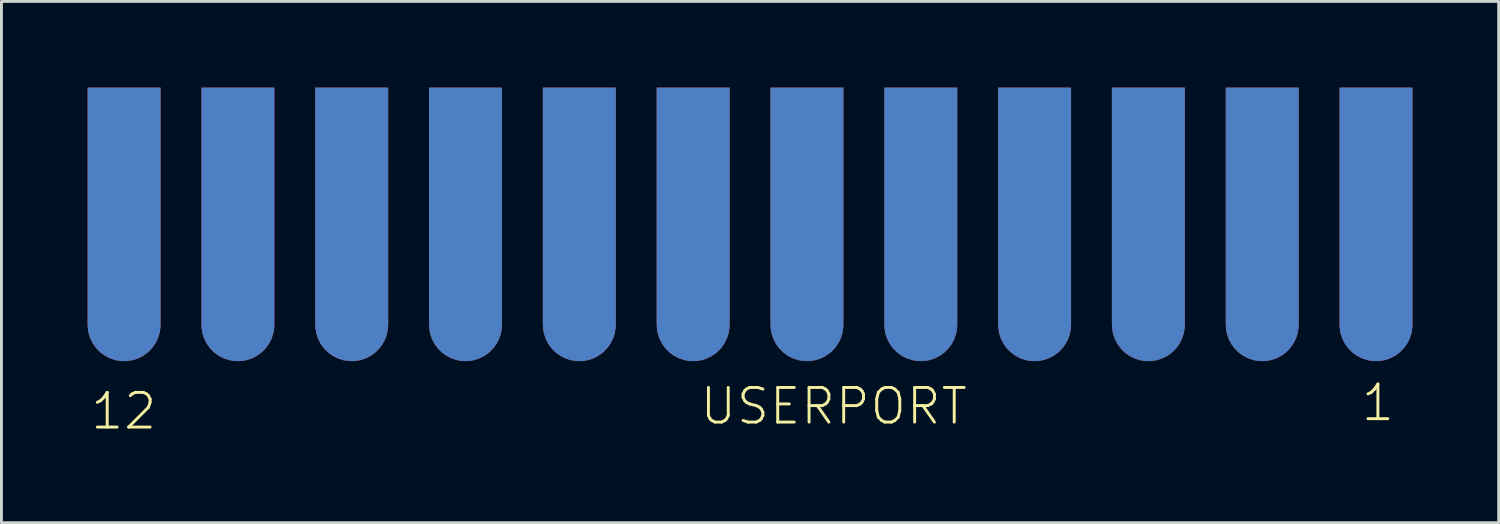
<source format=kicad_pcb>
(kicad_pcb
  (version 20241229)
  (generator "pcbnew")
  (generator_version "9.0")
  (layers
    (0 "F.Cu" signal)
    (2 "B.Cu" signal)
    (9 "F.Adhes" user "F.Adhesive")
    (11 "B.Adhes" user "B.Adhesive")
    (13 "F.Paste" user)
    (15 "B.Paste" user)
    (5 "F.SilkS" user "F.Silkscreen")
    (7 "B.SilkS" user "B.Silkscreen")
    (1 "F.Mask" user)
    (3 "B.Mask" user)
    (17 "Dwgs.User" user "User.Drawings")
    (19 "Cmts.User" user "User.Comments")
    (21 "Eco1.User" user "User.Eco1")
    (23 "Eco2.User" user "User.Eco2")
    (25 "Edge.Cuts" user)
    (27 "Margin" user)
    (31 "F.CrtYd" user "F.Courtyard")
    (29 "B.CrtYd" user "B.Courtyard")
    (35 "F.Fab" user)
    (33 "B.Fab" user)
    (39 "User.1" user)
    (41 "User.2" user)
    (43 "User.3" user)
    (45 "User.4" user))
  (footprint "USERPORT"
    (layer "F.Cu")
    (at 23.063 8.255)
    (property "Reference" "USERPORT" (at -1.803 3.543 0) (layer "F.SilkS") (effects (font (size 1.206 1.206) (thickness 0.102)) (justify left bottom)))
    (attr through_hole)
    (fp_text user "1" (at 21.858 2.718 0) (layer "F.SilkS") (effects (font (size 1.206 1.206) (thickness 0.102))))
    (fp_text user "12" (at -21.806 3.01 0) (layer "F.SilkS") (effects (font (size 1.206 1.206) (thickness 0.102))))
    (pad "1" connect custom (at 21.793 0) (size 2.54 2.54) (layers "F.Cu" "F.Mask") (options (anchor circle)) (primitives (gr_poly (pts (xy -1.27 0) (xy 1.27 0) (xy 1.27 -8.255) (xy -1.27 -8.255)) (width 0) (fill yes))))
    (pad "2" connect custom (at 17.831 0) (size 2.54 2.54) (layers "F.Cu" "F.Mask") (options (anchor circle)) (primitives (gr_poly (pts (xy -1.27 0) (xy 1.27 0) (xy 1.27 -8.255) (xy -1.27 -8.255)) (width 0) (fill yes))))
    (pad "3" connect custom (at 13.868 0) (size 2.54 2.54) (layers "F.Cu" "F.Mask") (options (anchor circle)) (primitives (gr_poly (pts (xy -1.27 0) (xy 1.27 0) (xy 1.27 -8.255) (xy -1.27 -8.255)) (width 0) (fill yes))))
    (pad "4" connect custom (at 9.906 0) (size 2.54 2.54) (layers "F.Cu" "F.Mask") (options (anchor circle)) (primitives (gr_poly (pts (xy -1.27 0) (xy 1.27 0) (xy 1.27 -8.255) (xy -1.27 -8.255)) (width 0) (fill yes))))
    (pad "5" connect custom (at 5.944 0) (size 2.54 2.54) (layers "F.Cu" "F.Mask") (options (anchor circle)) (primitives (gr_poly (pts (xy -1.27 0) (xy 1.27 0) (xy 1.27 -8.255) (xy -1.27 -8.255)) (width 0) (fill yes))))
    (pad "6" connect custom (at 1.981 0) (size 2.54 2.54) (layers "F.Cu" "F.Mask") (options (anchor circle)) (primitives (gr_poly (pts (xy -1.27 0) (xy 1.27 0) (xy 1.27 -8.255) (xy -1.27 -8.255)) (width 0) (fill yes))))
    (pad "7" connect custom (at -1.981 0) (size 2.54 2.54) (layers "F.Cu" "F.Mask") (options (anchor circle)) (primitives (gr_poly (pts (xy -1.27 0) (xy 1.27 0) (xy 1.27 -8.255) (xy -1.27 -8.255)) (width 0) (fill yes))))
    (pad "8" connect custom (at -5.944 0) (size 2.54 2.54) (layers "F.Cu" "F.Mask") (options (anchor circle)) (primitives (gr_poly (pts (xy -1.27 0) (xy 1.27 0) (xy 1.27 -8.255) (xy -1.27 -8.255)) (width 0) (fill yes))))
    (pad "9" connect custom (at -9.906 0) (size 2.54 2.54) (layers "F.Cu" "F.Mask") (options (anchor circle)) (primitives (gr_poly (pts (xy -1.27 0) (xy 1.27 0) (xy 1.27 -8.255) (xy -1.27 -8.255)) (width 0) (fill yes))))
    (pad "10" connect custom (at -13.868 0) (size 2.54 2.54) (layers "F.Cu" "F.Mask") (options (anchor circle)) (primitives (gr_poly (pts (xy -1.27 0) (xy 1.27 0) (xy 1.27 -8.255) (xy -1.27 -8.255)) (width 0) (fill yes))))
    (pad "11" connect custom (at -17.831 0) (size 2.54 2.54) (layers "F.Cu" "F.Mask") (options (anchor circle)) (primitives (gr_poly (pts (xy -1.27 0) (xy 1.27 0) (xy 1.27 -8.255) (xy -1.27 -8.255)) (width 0) (fill yes))))
    (pad "12" connect custom (at -21.793 0) (size 2.54 2.54) (layers "F.Cu" "F.Mask") (options (anchor circle)) (primitives (gr_poly (pts (xy -1.27 0) (xy 1.27 0) (xy 1.27 -8.255) (xy -1.27 -8.255)) (width 0) (fill yes))))
    (pad "A" connect custom (at 21.793 0) (size 2.54 2.54) (layers "B.Cu" "B.Mask") (options (anchor circle)) (primitives (gr_poly (pts (xy -1.27 0) (xy 1.27 0) (xy 1.27 -8.255) (xy -1.27 -8.255)) (width 0) (fill yes))))
    (pad "B" connect custom (at 17.831 0) (size 2.54 2.54) (layers "B.Cu" "B.Mask") (options (anchor circle)) (primitives (gr_poly (pts (xy -1.27 0) (xy 1.27 0) (xy 1.27 -8.255) (xy -1.27 -8.255)) (width 0) (fill yes))))
    (pad "C" connect custom (at 13.868 0) (size 2.54 2.54) (layers "B.Cu" "B.Mask") (options (anchor circle)) (primitives (gr_poly (pts (xy -1.27 0) (xy 1.27 0) (xy 1.27 -8.255) (xy -1.27 -8.255)) (width 0) (fill yes))))
    (pad "D" connect custom (at 9.906 0) (size 2.54 2.54) (layers "B.Cu" "B.Mask") (options (anchor circle)) (primitives (gr_poly (pts (xy -1.27 0) (xy 1.27 0) (xy 1.27 -8.255) (xy -1.27 -8.255)) (width 0) (fill yes))))
    (pad "E" connect custom (at 5.944 0) (size 2.54 2.54) (layers "B.Cu" "B.Mask") (options (anchor circle)) (primitives (gr_poly (pts (xy -1.27 0) (xy 1.27 0) (xy 1.27 -8.255) (xy -1.27 -8.255)) (width 0) (fill yes))))
    (pad "F" connect custom (at 1.981 0) (size 2.54 2.54) (layers "B.Cu" "B.Mask") (options (anchor circle)) (primitives (gr_poly (pts (xy -1.27 0) (xy 1.27 0) (xy 1.27 -8.255) (xy -1.27 -8.255)) (width 0) (fill yes))))
    (pad "H" connect custom (at -1.981 0) (size 2.54 2.54) (layers "B.Cu" "B.Mask") (options (anchor circle)) (primitives (gr_poly (pts (xy -1.27 0) (xy 1.27 0) (xy 1.27 -8.255) (xy -1.27 -8.255)) (width 0) (fill yes))))
    (pad "J" connect custom (at -5.944 0) (size 2.54 2.54) (layers "B.Cu" "B.Mask") (options (anchor circle)) (primitives (gr_poly (pts (xy -1.27 0) (xy 1.27 0) (xy 1.27 -8.255) (xy -1.27 -8.255)) (width 0) (fill yes))))
    (pad "K" connect custom (at -9.906 0) (size 2.54 2.54) (layers "B.Cu" "B.Mask") (options (anchor circle)) (primitives (gr_poly (pts (xy -1.27 0) (xy 1.27 0) (xy 1.27 -8.255) (xy -1.27 -8.255)) (width 0) (fill yes))))
    (pad "L" connect custom (at -13.868 0) (size 2.54 2.54) (layers "B.Cu" "B.Mask") (options (anchor circle)) (primitives (gr_poly (pts (xy -1.27 0) (xy 1.27 0) (xy 1.27 -8.255) (xy -1.27 -8.255)) (width 0) (fill yes))))
    (pad "M" connect custom (at -17.831 0) (size 2.54 2.54) (layers "B.Cu" "B.Mask") (options (anchor circle)) (primitives (gr_poly (pts (xy -1.27 0) (xy 1.27 0) (xy 1.27 -8.255) (xy -1.27 -8.255)) (width 0) (fill yes))))
    (pad "N" connect custom (at -21.793 0) (size 2.54 2.54) (layers "B.Cu" "B.Mask") (options (anchor circle)) (primitives (gr_poly (pts (xy -1.27 0) (xy 1.27 0) (xy 1.27 -8.255) (xy -1.27 -8.255)) (width 0) (fill yes)))))
  (gr_rect
    (start -3 -3)
    (end 49.126 15.149)
    (stroke (width 0.1) (type default))
    (fill no)
    (layer "Edge.Cuts")))
</source>
